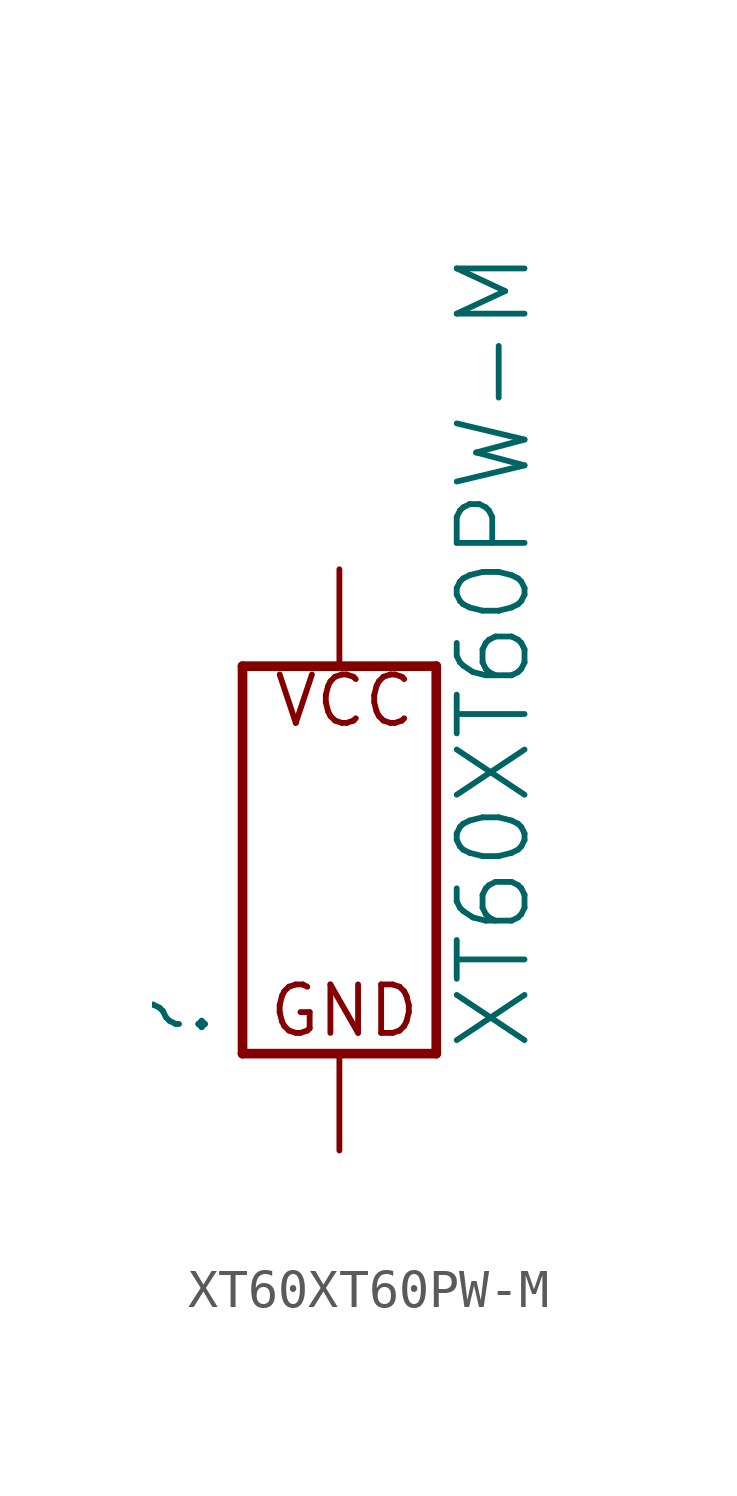
<source format=kicad_sym>
(kicad_symbol_lib
  (version 20211014)
  (generator kicad_symbol_editor)
  (symbol "XT60XT60PW-M"
    (property "Reference" ""
      (at -3.302 -5.08 90)
      (effects (font (size 1.778 1.778)) (justify left bottom)))
    (property "Value" "XT60XT60PW-M"
      (at 5.08 -5.08 90)
      (effects (font (size 1.778 1.778)) (justify left bottom)))
    (property "ki_locked" ""
      (at 0 0 0)
      (effects (font (size 1.27 1.27))))
    (symbol "XT60XT60PW-M_1_0"
      (polyline (pts (xy -2.54 -5.08) (xy -2.54 5.08)) (stroke (width 0.254) (type default) (color 0 0 0 0)) (fill (type none)))
      (polyline (pts (xy -2.54 5.08) (xy 2.54 5.08)) (stroke (width 0.254) (type default) (color 0 0 0 0)) (fill (type none)))
      (polyline (pts (xy 2.54 -5.08) (xy -2.54 -5.08)) (stroke (width 0.254) (type default) (color 0 0 0 0)) (fill (type none)))
      (polyline (pts (xy 2.54 5.08) (xy 2.54 -5.08)) (stroke (width 0.254) (type default) (color 0 0 0 0)) (fill (type none)))
      (text "GND" (at 0.127 -4.699 0) (effects (font (size 1.27 1.27)) (justify bottom)))
      (text "VCC" (at 0.127 3.429 0) (effects (font (size 1.27 1.27)) (justify bottom)))
      (pin power_in line (at 0 7.62 270) (length 2.54) (name "V+" (effects (font (size 0 0)))) (number "+" (effects (font (size 0 0)))))
      (pin bidirectional line (at 0 -7.62 90) (length 2.54) (name "V-" (effects (font (size 0 0)))) (number "-" (effects (font (size 0 0))))))))
</source>
